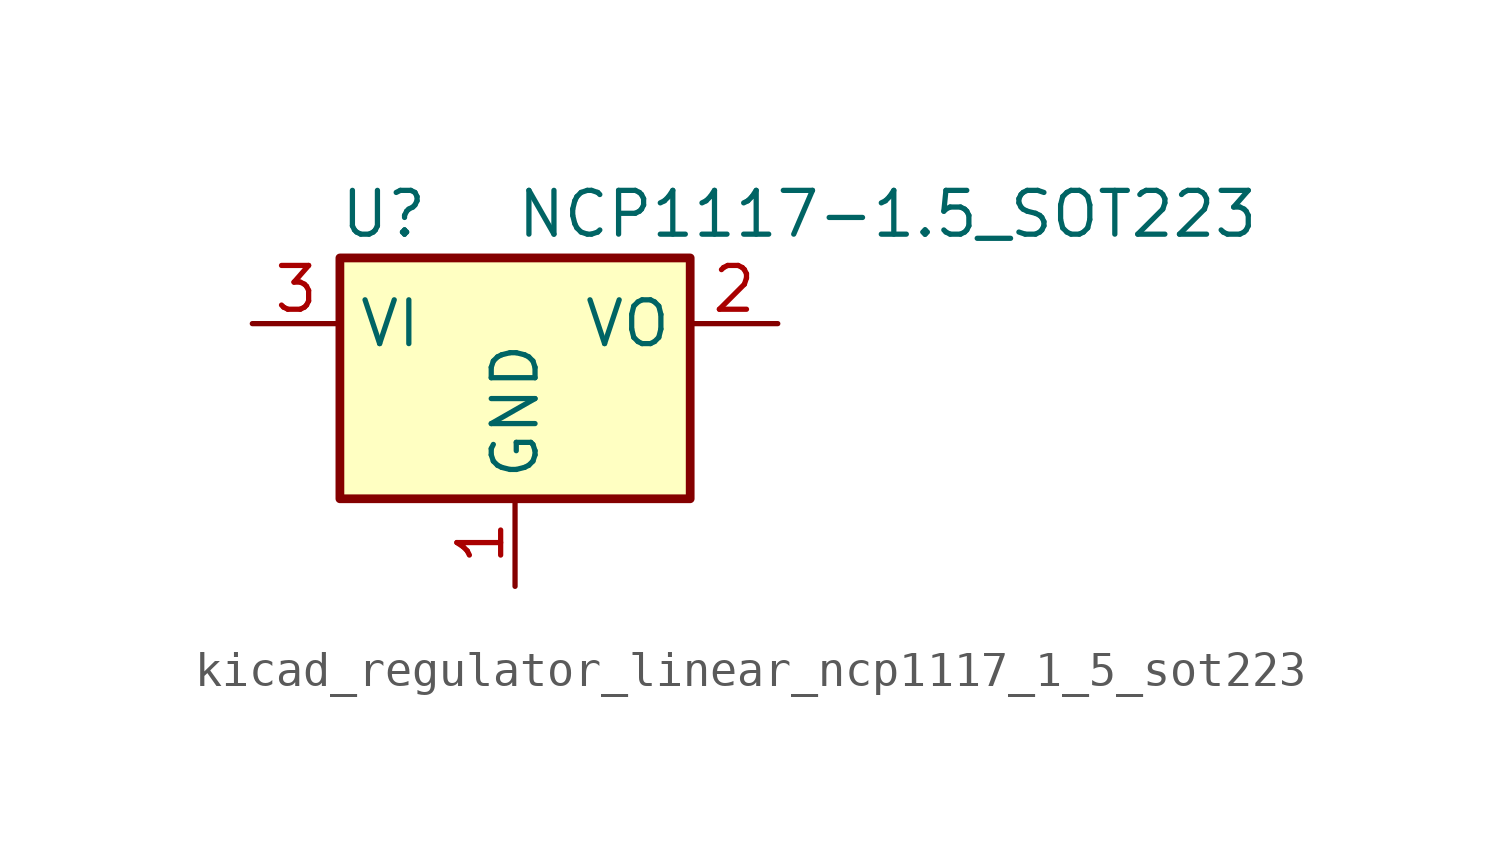
<source format=kicad_sym>
(kicad_symbol_lib
  (version 20220914)
  (generator kicad_symbol_editor)
  (symbol "kicad_regulator_linear_ncp1117_1_5_sot223"
    (property "Reference" "U"
      (at -3.81 3.175 0)
      (effects (font (size 1.27 1.27))))
    (property "Value" "NCP1117-1.5_SOT223"
      (at 0 3.175 0)
      (effects (font (size 1.27 1.27)) (justify left)))
    (symbol "kicad_regulator_linear_ncp1117_1_5_sot223_0_1"
      (rectangle (start -5.08 -5.08) (end 5.08 1.905) (stroke (width 0.254) (type default)) (fill (type background))))
    (symbol "kicad_regulator_linear_ncp1117_1_5_sot223_1_1"
      (pin power_in line (at 0 -7.62 90) (length 2.54) (name "GND" (effects (font (size 1.27 1.27)))) (number "1" (effects (font (size 1.27 1.27)))))
      (pin power_out line (at 7.62 0 180) (length 2.54) (name "VO" (effects (font (size 1.27 1.27)))) (number "2" (effects (font (size 1.27 1.27)))))
      (pin power_in line (at -7.62 0 0) (length 2.54) (name "VI" (effects (font (size 1.27 1.27)))) (number "3" (effects (font (size 1.27 1.27))))))))
</source>
